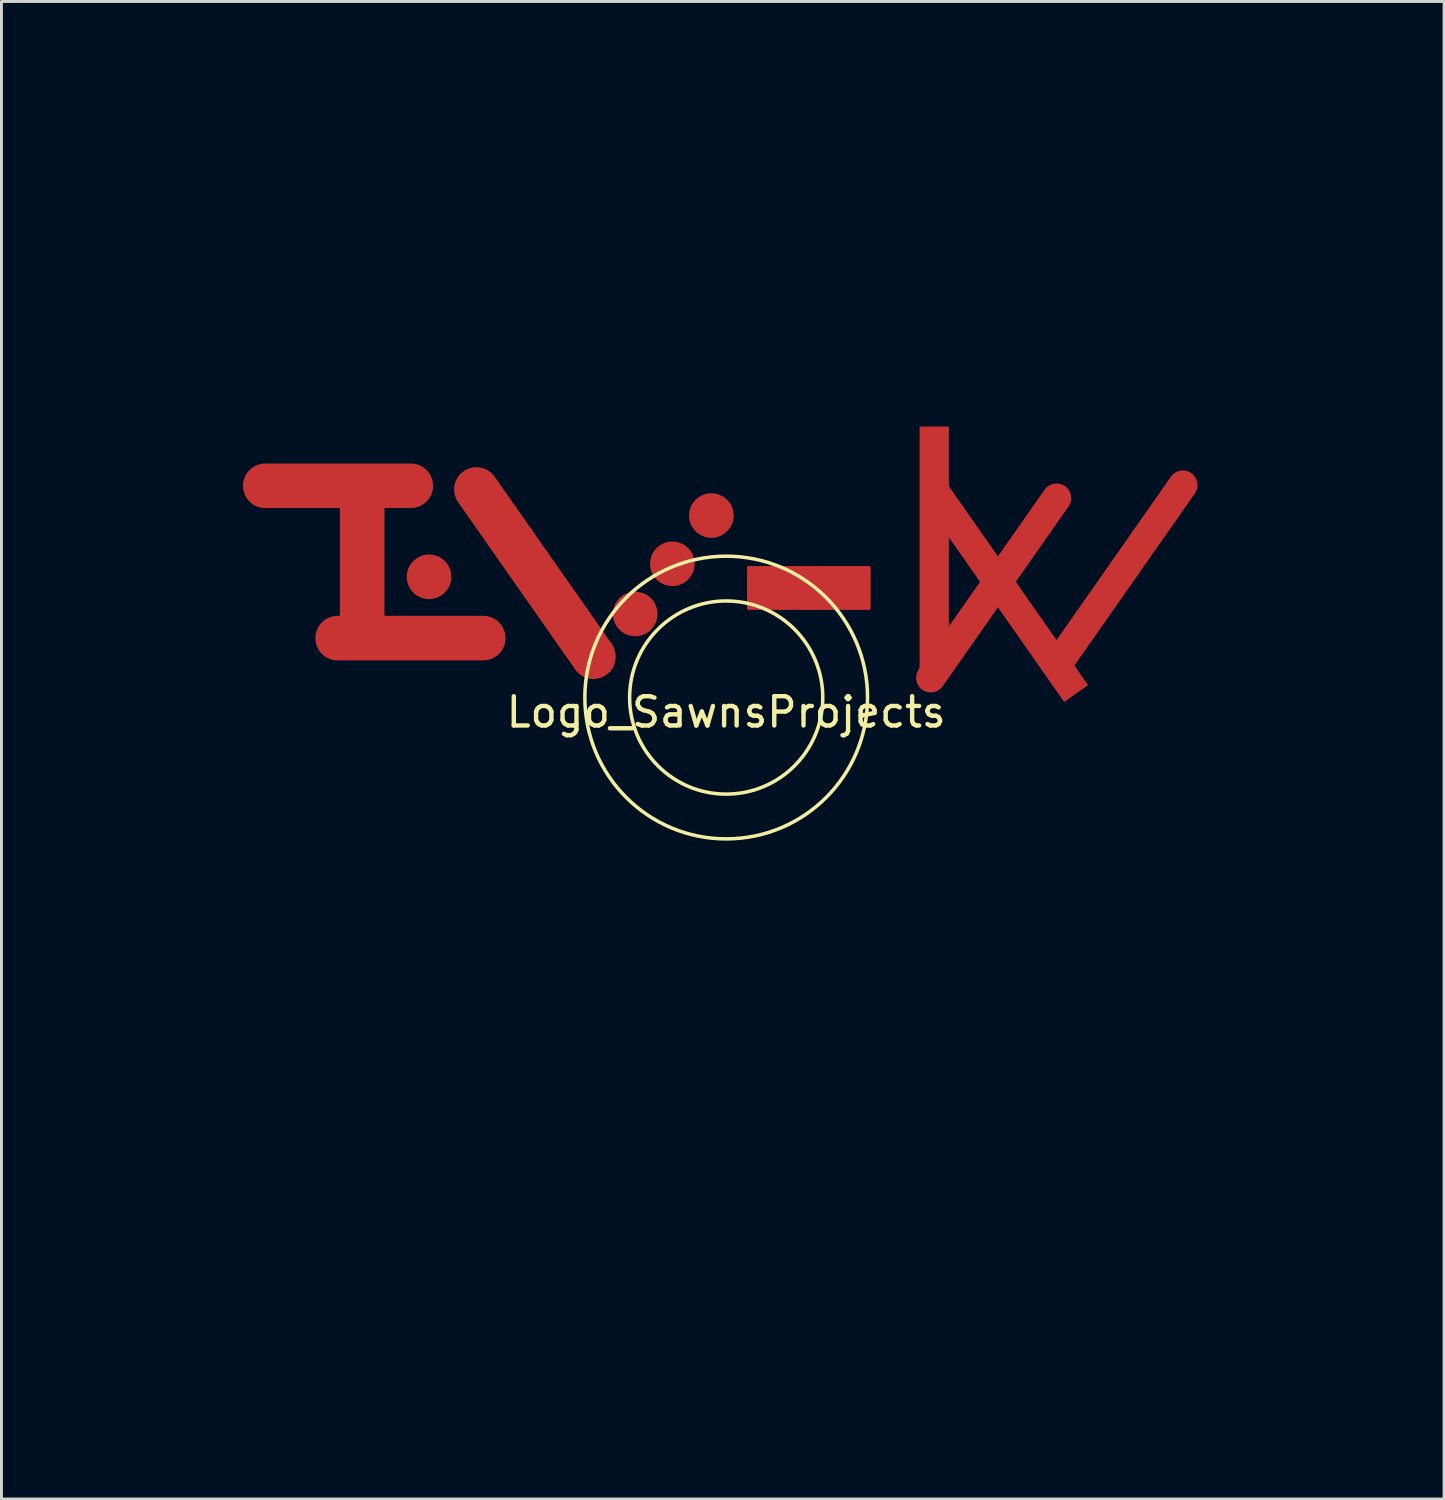
<source format=kicad_pcb>
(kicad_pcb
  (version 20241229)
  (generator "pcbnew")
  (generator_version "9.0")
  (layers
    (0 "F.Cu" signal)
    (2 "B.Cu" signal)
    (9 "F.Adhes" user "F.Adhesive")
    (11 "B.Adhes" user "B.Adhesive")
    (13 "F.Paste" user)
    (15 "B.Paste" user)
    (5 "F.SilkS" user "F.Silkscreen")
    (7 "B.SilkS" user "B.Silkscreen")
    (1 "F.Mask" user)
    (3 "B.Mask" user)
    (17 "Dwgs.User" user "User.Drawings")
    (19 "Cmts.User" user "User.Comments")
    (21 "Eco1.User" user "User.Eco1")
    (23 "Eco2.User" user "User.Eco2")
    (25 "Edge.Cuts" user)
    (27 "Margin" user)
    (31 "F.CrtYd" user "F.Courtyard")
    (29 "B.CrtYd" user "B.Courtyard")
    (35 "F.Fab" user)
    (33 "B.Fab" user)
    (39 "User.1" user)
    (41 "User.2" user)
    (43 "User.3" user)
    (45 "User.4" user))
  (footprint "Logo_SawnsProjects"
    (layer "F.Cu")
    (at 21.778 20.798)
    (property "Reference" "Logo_SawnsProjects" (at 0 0.5 0) (layer "F.SilkS") (effects (font (size 1 1) (thickness 0.15))))
    (attr through_hole)
    (fp_poly (pts (xy 4.889 -3.048) (xy 0.762 -3.048) (xy 0.762 -4.445) (xy 4.889 -4.445)) (stroke (width 0.1) (type solid)) (fill yes) (layer "F.Cu"))
    (fp_circle (center 0 0) (end 3.302 0) (stroke (width 0.12) (type solid)) (fill no) (layer "F.SilkS"))
    (fp_circle (center 0 0) (end 4.826 0.254) (stroke (width 0.12) (type solid)) (fill no) (layer "F.SilkS"))
    (fp_line (start -21.678 -6.208) (end -20.971 -5.501) (stroke (width 0.2) (type solid)) (layer "Eco1.User"))
    (fp_line (start -21.678 -4.794) (end -18.85 -1.966) (stroke (width 0.2) (type solid)) (layer "Eco1.User"))
    (fp_line (start -20.971 -5.501) (end -21.678 -4.794) (stroke (width 0.2) (type solid)) (layer "Eco1.User"))
    (fp_line (start -20.617 -0.198) (end -16.253 4.166) (stroke (width 0.2) (type solid)) (layer "Eco1.User"))
    (fp_line (start -20.574 -6.184) (end -20.574 -6.184) (stroke (width 0.2) (type solid)) (layer "Eco1.User"))
    (fp_line (start -20.22 -6.184) (end -15.06 -11.344) (stroke (width 0.2) (type solid)) (layer "Eco1.User"))
    (fp_line (start -18.85 -1.966) (end -20.617 -0.198) (stroke (width 0.2) (type solid)) (layer "Eco1.User"))
    (fp_line (start -18.357 -4.985) (end -7.737 -15.606) (stroke (width 0.2) (type solid)) (layer "Eco1.User"))
    (fp_line (start -18.357 -4.632) (end -18.357 -4.632) (stroke (width 0.2) (type solid)) (layer "Eco1.User"))
    (fp_line (start -18.253 6.166) (end -0.117 24.302) (stroke (width 0.2) (type solid)) (layer "Eco1.User"))
    (fp_line (start -18.102 -3.038) (end -18.102 -3.038) (stroke (width 0.2) (type solid)) (layer "Eco1.User"))
    (fp_line (start -18.003 -4.632) (end -18.357 -4.632) (stroke (width 0.2) (type solid)) (layer "Eco1.User"))
    (fp_line (start -17.749 -3.038) (end -13.027 -7.759) (stroke (width 0.2) (type solid)) (layer "Eco1.User"))
    (fp_line (start -17.138 -7.458) (end -17.139 -7.458) (stroke (width 0.2) (type solid)) (layer "Eco1.User"))
    (fp_line (start -16.917 -2.398) (end -16.917 2.002) (stroke (width 0.2) (type solid)) (layer "Eco1.User"))
    (fp_line (start -16.917 2.002) (end -10.325 8.595) (stroke (width 0.2) (type solid)) (layer "Eco1.User"))
    (fp_line (start -16.785 -7.458) (end -12.094 -12.149) (stroke (width 0.2) (type solid)) (layer "Eco1.User"))
    (fp_line (start -16.753 6.166) (end -0.117 22.802) (stroke (width 0.2) (type solid)) (layer "Eco1.User"))
    (fp_line (start -16.253 4.166) (end -18.253 6.166) (stroke (width 0.2) (type solid)) (layer "Eco1.User"))
    (fp_line (start -15.503 4.916) (end -16.753 6.166) (stroke (width 0.2) (type solid)) (layer "Eco1.User"))
    (fp_line (start -15.414 -11.698) (end -20.574 -6.537) (stroke (width 0.2) (type solid)) (layer "Eco1.User"))
    (fp_line (start -15.06 -11.698) (end -15.06 -11.698) (stroke (width 0.2) (type solid)) (layer "Eco1.User"))
    (fp_line (start -14.117 -0.198) (end -7.825 -6.491) (stroke (width 0.2) (type solid)) (layer "Eco1.User"))
    (fp_line (start -13.931 -12.322) (end -13.931 -12.322) (stroke (width 0.2) (type solid)) (layer "Eco1.User"))
    (fp_line (start -13.577 -12.322) (end -6.594 -19.306) (stroke (width 0.2) (type solid)) (layer "Eco1.User"))
    (fp_line (start -13.381 -8.113) (end -18.102 -3.391) (stroke (width 0.2) (type solid)) (layer "Eco1.User"))
    (fp_line (start -13.027 -8.113) (end -13.027 -8.113) (stroke (width 0.2) (type solid)) (layer "Eco1.User"))
    (fp_line (start -12.743 -8.534) (end -12.743 -8.534) (stroke (width 0.2) (type solid)) (layer "Eco1.User"))
    (fp_line (start -12.447 -12.503) (end -17.138 -7.812) (stroke (width 0.2) (type solid)) (layer "Eco1.User"))
    (fp_line (start -12.39 -8.534) (end -4.871 -16.053) (stroke (width 0.2) (type solid)) (layer "Eco1.User"))
    (fp_line (start -12.094 -12.503) (end -12.094 -12.503) (stroke (width 0.2) (type solid)) (layer "Eco1.User"))
    (fp_line (start -11.156 -13.768) (end -11.156 -13.768) (stroke (width 0.2) (type solid)) (layer "Eco1.User"))
    (fp_line (start -11.156 -14.121) (end -7.533 -17.744) (stroke (width 0.2) (type solid)) (layer "Eco1.User"))
    (fp_line (start -10.325 -8.991) (end -16.917 -2.398) (stroke (width 0.2) (type solid)) (layer "Eco1.User"))
    (fp_line (start -10.325 8.595) (end -7.825 6.095) (stroke (width 0.2) (type solid)) (layer "Eco1.User"))
    (fp_line (start -8.91 -10.405) (end -6.41 -7.905) (stroke (width 0.2) (type solid)) (layer "Eco1.User"))
    (fp_line (start -8.91 10.009) (end -6.41 7.509) (stroke (width 0.2) (type solid)) (layer "Eco1.User"))
    (fp_line (start -7.825 -6.491) (end -10.325 -8.991) (stroke (width 0.2) (type solid)) (layer "Eco1.User"))
    (fp_line (start -7.825 6.095) (end -14.117 -0.198) (stroke (width 0.2) (type solid)) (layer "Eco1.User"))
    (fp_line (start -7.383 -15.606) (end -7.383 -15.252) (stroke (width 0.2) (type solid)) (layer "Eco1.User"))
    (fp_line (start -7.188 -20.698) (end -21.678 -6.208) (stroke (width 0.2) (type solid)) (layer "Eco1.User"))
    (fp_line (start -7.179 -17.391) (end -10.802 -13.768) (stroke (width 0.2) (type solid)) (layer "Eco1.User"))
    (fp_line (start -7.179 -17.744) (end -7.18 -17.744) (stroke (width 0.2) (type solid)) (layer "Eco1.User"))
    (fp_line (start -6.947 -19.66) (end -13.931 -12.676) (stroke (width 0.2) (type solid)) (layer "Eco1.User"))
    (fp_line (start -6.594 -19.66) (end -6.594 -19.66) (stroke (width 0.2) (type solid)) (layer "Eco1.User"))
    (fp_line (start -6.41 -7.905) (end -0.117 -14.198) (stroke (width 0.2) (type solid)) (layer "Eco1.User"))
    (fp_line (start -6.41 7.509) (end -0.117 13.802) (stroke (width 0.2) (type solid)) (layer "Eco1.User"))
    (fp_line (start -5.224 -16.407) (end -12.743 -8.888) (stroke (width 0.2) (type solid)) (layer "Eco1.User"))
    (fp_line (start -4.871 -16.407) (end -4.871 -16.407) (stroke (width 0.2) (type solid)) (layer "Eco1.User"))
    (fp_line (start -3.653 -17.162) (end -7.188 -20.698) (stroke (width 0.2) (type solid)) (layer "Eco1.User"))
    (fp_line (start -1.867 -3.635) (end -1.867 -3.635) (stroke (width 0.2) (type solid)) (layer "Eco1.User"))
    (fp_line (start -0.867 -5.448) (end -0.867 -0.948) (stroke (width 0.2) (type solid)) (layer "Eco1.User"))
    (fp_line (start -0.117 -20.698) (end -3.653 -17.162) (stroke (width 0.2) (type solid)) (layer "Eco1.User"))
    (fp_line (start -0.117 -20.698) (end -3.653 -17.162) (stroke (width 0.2) (type solid)) (layer "Eco1.User"))
    (fp_line (start -0.117 -19.198) (end -8.91 -10.405) (stroke (width 0.2) (type solid)) (layer "Eco1.User"))
    (fp_line (start -0.117 -14.198) (end 6.175 -7.905) (stroke (width 0.2) (type solid)) (layer "Eco1.User"))
    (fp_line (start -0.117 -6.198) (end -0.117 -6.198) (stroke (width 0.2) (type solid)) (layer "Eco1.User"))
    (fp_line (start -0.117 -0.198) (end -0.117 -0.198) (stroke (width 0.2) (type solid)) (layer "Eco1.User"))
    (fp_line (start -0.117 13.802) (end 6.175 7.509) (stroke (width 0.2) (type solid)) (layer "Eco1.User"))
    (fp_line (start -0.117 18.802) (end -8.91 10.009) (stroke (width 0.2) (type solid)) (layer "Eco1.User"))
    (fp_line (start -0.117 20.302) (end -15.503 4.916) (stroke (width 0.2) (type solid)) (layer "Eco1.User"))
    (fp_line (start -0.117 22.802) (end 16.518 6.166) (stroke (width 0.2) (type solid)) (layer "Eco1.User"))
    (fp_line (start -0.117 24.302) (end 18.018 6.166) (stroke (width 0.2) (type solid)) (layer "Eco1.User"))
    (fp_line (start 0.633 -0.948) (end 0.633 -5.448) (stroke (width 0.2) (type solid)) (layer "Eco1.User"))
    (fp_line (start 1.633 -3.635) (end 1.633 -3.635) (stroke (width 0.2) (type solid)) (layer "Eco1.User"))
    (fp_line (start 3.418 -17.162) (end -0.117 -20.698) (stroke (width 0.2) (type solid)) (layer "Eco1.User"))
    (fp_line (start 4.636 -16.053) (end 12.155 -8.534) (stroke (width 0.2) (type solid)) (layer "Eco1.User"))
    (fp_line (start 6.175 -7.905) (end 8.675 -10.405) (stroke (width 0.2) (type solid)) (layer "Eco1.User"))
    (fp_line (start 6.175 7.509) (end 8.675 10.009) (stroke (width 0.2) (type solid)) (layer "Eco1.User"))
    (fp_line (start 6.359 -19.306) (end 13.342 -12.322) (stroke (width 0.2) (type solid)) (layer "Eco1.User"))
    (fp_line (start 6.945 -17.744) (end 6.945 -17.744) (stroke (width 0.2) (type solid)) (layer "Eco1.User"))
    (fp_line (start 6.945 -17.391) (end 10.568 -13.768) (stroke (width 0.2) (type solid)) (layer "Eco1.User"))
    (fp_line (start 6.954 -20.698) (end 3.418 -17.162) (stroke (width 0.2) (type solid)) (layer "Eco1.User"))
    (fp_line (start 7.502 -15.606) (end 18.122 -4.985) (stroke (width 0.2) (type solid)) (layer "Eco1.User"))
    (fp_line (start 7.59 -6.491) (end 10.09 -8.991) (stroke (width 0.2) (type solid)) (layer "Eco1.User"))
    (fp_line (start 7.59 6.095) (end 13.883 -0.198) (stroke (width 0.2) (type solid)) (layer "Eco1.User"))
    (fp_line (start 8.675 -10.405) (end -0.117 -19.198) (stroke (width 0.2) (type solid)) (layer "Eco1.User"))
    (fp_line (start 8.675 10.009) (end -0.117 18.802) (stroke (width 0.2) (type solid)) (layer "Eco1.User"))
    (fp_line (start 10.09 -8.991) (end 16.683 -2.398) (stroke (width 0.2) (type solid)) (layer "Eco1.User"))
    (fp_line (start 10.09 8.595) (end 7.59 6.095) (stroke (width 0.2) (type solid)) (layer "Eco1.User"))
    (fp_line (start 10.921 -14.121) (end 7.298 -17.744) (stroke (width 0.2) (type solid)) (layer "Eco1.User"))
    (fp_line (start 10.921 -13.768) (end 10.921 -13.768) (stroke (width 0.2) (type solid)) (layer "Eco1.User"))
    (fp_line (start 12.213 -12.503) (end 16.904 -7.812) (stroke (width 0.2) (type solid)) (layer "Eco1.User"))
    (fp_line (start 12.508 -8.888) (end 4.989 -16.407) (stroke (width 0.2) (type solid)) (layer "Eco1.User"))
    (fp_line (start 13.512 -7.924) (end 18.233 -3.202) (stroke (width 0.2) (type solid)) (layer "Eco1.User"))
    (fp_line (start 13.696 -12.676) (end 6.712 -19.66) (stroke (width 0.2) (type solid)) (layer "Eco1.User"))
    (fp_line (start 13.696 -12.322) (end 13.696 -12.322) (stroke (width 0.2) (type solid)) (layer "Eco1.User"))
    (fp_line (start 13.883 -0.198) (end 7.59 -6.491) (stroke (width 0.2) (type solid)) (layer "Eco1.User"))
    (fp_line (start 15.179 -11.698) (end 20.339 -6.537) (stroke (width 0.2) (type solid)) (layer "Eco1.User"))
    (fp_line (start 15.268 4.916) (end -0.117 20.302) (stroke (width 0.2) (type solid)) (layer "Eco1.User"))
    (fp_line (start 16.018 4.166) (end 20.383 -0.198) (stroke (width 0.2) (type solid)) (layer "Eco1.User"))
    (fp_line (start 16.518 6.166) (end 15.268 4.916) (stroke (width 0.2) (type solid)) (layer "Eco1.User"))
    (fp_line (start 16.55 -7.458) (end 11.859 -12.149) (stroke (width 0.2) (type solid)) (layer "Eco1.User"))
    (fp_line (start 16.683 -2.398) (end 16.683 2.002) (stroke (width 0.2) (type solid)) (layer "Eco1.User"))
    (fp_line (start 16.683 2.002) (end 10.09 8.595) (stroke (width 0.2) (type solid)) (layer "Eco1.User"))
    (fp_line (start 16.904 -7.458) (end 16.904 -7.458) (stroke (width 0.2) (type solid)) (layer "Eco1.User"))
    (fp_line (start 17.768 -4.632) (end 7.148 -15.252) (stroke (width 0.2) (type solid)) (layer "Eco1.User"))
    (fp_line (start 17.88 -2.849) (end 13.158 -7.57) (stroke (width 0.2) (type solid)) (layer "Eco1.User"))
    (fp_line (start 18.018 6.166) (end 16.018 4.166) (stroke (width 0.2) (type solid)) (layer "Eco1.User"))
    (fp_line (start 18.615 -1.966) (end 21.443 -4.794) (stroke (width 0.2) (type solid)) (layer "Eco1.User"))
    (fp_line (start 19.985 -6.184) (end 14.825 -11.344) (stroke (width 0.2) (type solid)) (layer "Eco1.User"))
    (fp_line (start 20.383 -0.198) (end 18.615 -1.966) (stroke (width 0.2) (type solid)) (layer "Eco1.User"))
    (fp_line (start 20.736 -5.501) (end 21.443 -6.208) (stroke (width 0.2) (type solid)) (layer "Eco1.User"))
    (fp_line (start 21.443 -6.208) (end 6.954 -20.698) (stroke (width 0.2) (type solid)) (layer "Eco1.User"))
    (fp_line (start 21.443 -4.794) (end 20.736 -5.501) (stroke (width 0.2) (type solid)) (layer "Eco1.User"))
    (fp_arc (start -20.573881 -6.183914) (mid -20.647104 -6.360691) (end -20.57388 -6.537467) (stroke (width 0.2) (type solid)) (layer "Eco1.User"))
    (fp_arc (start -20.220327 -6.183914) (mid -20.397103 -6.11069) (end -20.57388 -6.183913) (stroke (width 0.2) (type solid)) (layer "Eco1.User"))
    (fp_arc (start -18.356876 -4.631736) (mid -18.356876 -4.631736) (end -18.356876 -4.631736) (stroke (width 0.2) (type solid)) (layer "Eco1.User"))
    (fp_arc (start -18.356875 -4.631736) (mid -18.430099 -4.808512) (end -18.356876 -4.985289) (stroke (width 0.2) (type solid)) (layer "Eco1.User"))
    (fp_arc (start -18.1024 -3.037592) (mid -18.175623 -3.214369) (end -18.1024 -3.391146) (stroke (width 0.2) (type solid)) (layer "Eco1.User"))
    (fp_arc (start -18.003323 -4.631736) (mid -14.892728 -12.141377) (end -7.383087 -15.251972) (stroke (width 0.2) (type solid)) (layer "Eco1.User"))
    (fp_arc (start -17.748846 -3.037592) (mid -17.925623 -2.964369) (end -18.1024 -3.037592) (stroke (width 0.2) (type solid)) (layer "Eco1.User"))
    (fp_arc (start -17.138414 -7.457983) (mid -17.211637 -7.63476) (end -17.138414 -7.811537) (stroke (width 0.2) (type solid)) (layer "Eco1.User"))
    (fp_arc (start -16.784884 -7.45796) (mid -16.961715 -7.384737) (end -17.138514 -7.458036) (stroke (width 0.2) (type solid)) (layer "Eco1.User"))
    (fp_arc (start -15.413837 -11.69751) (mid -15.23706 -11.770733) (end -15.060284 -11.697509) (stroke (width 0.2) (type solid)) (layer "Eco1.User"))
    (fp_arc (start -15.060284 -11.69751) (mid -14.987061 -11.520733) (end -15.060284 -11.343956) (stroke (width 0.2) (type solid)) (layer "Eco1.User"))
    (fp_arc (start -13.93088 -12.322396) (mid -14.004103 -12.499173) (end -13.93088 -12.67595) (stroke (width 0.2) (type solid)) (layer "Eco1.User"))
    (fp_arc (start -13.577351 -12.322372) (mid -13.754181 -12.249149) (end -13.93098 -12.322449) (stroke (width 0.2) (type solid)) (layer "Eco1.User"))
    (fp_arc (start -13.38089 -8.112654) (mid -13.204114 -8.185877) (end -13.027338 -8.112654) (stroke (width 0.2) (type solid)) (layer "Eco1.User"))
    (fp_arc (start -13.027337 -8.112654) (mid -12.954114 -7.935877) (end -13.027338 -7.759101) (stroke (width 0.2) (type solid)) (layer "Eco1.User"))
    (fp_arc (start -12.743159 -8.534259) (mid -12.816383 -8.711035) (end -12.74316 -8.887812) (stroke (width 0.2) (type solid)) (layer "Eco1.User"))
    (fp_arc (start -12.447448 -12.502502) (mid -12.270672 -12.575726) (end -12.093895 -12.502503) (stroke (width 0.2) (type solid)) (layer "Eco1.User"))
    (fp_arc (start -12.389606 -8.534259) (mid -12.566383 -8.461036) (end -12.74316 -8.534259) (stroke (width 0.2) (type solid)) (layer "Eco1.User"))
    (fp_arc (start -12.093894 -12.502502) (mid -12.020671 -12.325725) (end -12.093895 -12.148949) (stroke (width 0.2) (type solid)) (layer "Eco1.User"))
    (fp_arc (start -11.155914 -13.767741) (mid -11.229137 -13.944518) (end -11.155913 -14.121294) (stroke (width 0.2) (type solid)) (layer "Eco1.User"))
    (fp_arc (start -10.802384 -13.767716) (mid -10.979214 -13.694493) (end -11.156013 -13.767793) (stroke (width 0.2) (type solid)) (layer "Eco1.User"))
    (fp_arc (start -7.73664 -15.605524) (mid -7.559864 -15.678748) (end -7.383087 -15.605525) (stroke (width 0.2) (type solid)) (layer "Eco1.User"))
    (fp_arc (start -7.533015 -17.744192) (mid -7.356238 -17.817415) (end -7.179462 -17.744191) (stroke (width 0.2) (type solid)) (layer "Eco1.User"))
    (fp_arc (start -7.179563 -17.744242) (mid -7.106264 -17.567444) (end -7.179487 -17.390614) (stroke (width 0.2) (type solid)) (layer "Eco1.User"))
    (fp_arc (start -6.947091 -19.659739) (mid -6.770314 -19.732962) (end -6.593537 -19.659739) (stroke (width 0.2) (type solid)) (layer "Eco1.User"))
    (fp_arc (start -6.593538 -19.659739) (mid -6.520314 -19.482963) (end -6.593537 -19.306186) (stroke (width 0.2) (type solid)) (layer "Eco1.User"))
    (fp_arc (start -5.224122 -16.406851) (mid -5.047345 -16.480074) (end -4.870568 -16.406851) (stroke (width 0.2) (type solid)) (layer "Eco1.User"))
    (fp_arc (start -4.870568 -16.406851) (mid -4.797345 -16.230074) (end -4.870568 -16.053297) (stroke (width 0.2) (type solid)) (layer "Eco1.User"))
    (fp_arc (start -3.058604 -4.241211) (mid -2.277121 -4.303043) (end -1.867428 -3.634694) (stroke (width 0.2) (type solid)) (layer "Eco1.User"))
    (fp_arc (start -1.867428 -3.634694) (mid -1.949078 -3.294387) (end -2.176251 -3.028177) (stroke (width 0.2) (type solid)) (layer "Eco1.User"))
    (fp_arc (start -0.867428 -5.447763) (mid -0.647758 -5.978093) (end -0.117428 -6.197763) (stroke (width 0.2) (type solid)) (layer "Eco1.User"))
    (fp_arc (start -0.117428 -6.197763) (mid 0.412902 -5.978093) (end 0.632572 -5.447763) (stroke (width 0.2) (type solid)) (layer "Eco1.User"))
    (fp_arc (start -0.117428 -0.197763) (mid -0.647758 -0.417433) (end -0.867428 -0.947763) (stroke (width 0.2) (type solid)) (layer "Eco1.User"))
    (fp_arc (start 0.632572 -0.947763) (mid 0.412902 -0.417433) (end -0.117428 -0.197763) (stroke (width 0.2) (type solid)) (layer "Eco1.User"))
    (fp_arc (start 1.632571 -3.634694) (mid 2.042265 -4.303044) (end 2.823749 -4.241212) (stroke (width 0.2) (type solid)) (layer "Eco1.User"))
    (fp_arc (start 1.941395 -3.028177) (mid -0.117428 3.302236) (end -2.176251 -3.028177) (stroke (width 0.2) (type solid)) (layer "Eco1.User"))
    (fp_arc (start 1.941396 -3.028177) (mid 1.714223 -3.294387) (end 1.632572 -3.634694) (stroke (width 0.2) (type solid)) (layer "Eco1.User"))
    (fp_arc (start 2.823748 -4.241212) (mid -0.117428 4.802237) (end -3.058604 -4.241212) (stroke (width 0.2) (type solid)) (layer "Eco1.User"))
    (fp_arc (start 4.635713 -16.406851) (mid 4.81249 -16.480074) (end 4.989267 -16.406851) (stroke (width 0.2) (type solid)) (layer "Eco1.User"))
    (fp_arc (start 4.635713 -16.053297) (mid 4.56249 -16.230074) (end 4.635713 -16.406851) (stroke (width 0.2) (type solid)) (layer "Eco1.User"))
    (fp_arc (start 6.358682 -19.659739) (mid 6.535459 -19.732962) (end 6.712236 -19.659739) (stroke (width 0.2) (type solid)) (layer "Eco1.User"))
    (fp_arc (start 6.358682 -19.306185) (mid 6.285459 -19.482962) (end 6.358682 -19.659739) (stroke (width 0.2) (type solid)) (layer "Eco1.User"))
    (fp_arc (start 6.944608 -17.744192) (mid 7.121385 -17.817415) (end 7.298161 -17.744191) (stroke (width 0.2) (type solid)) (layer "Eco1.User"))
    (fp_arc (start 6.944631 -17.390613) (mid 6.871408 -17.567444) (end 6.944707 -17.744243) (stroke (width 0.2) (type solid)) (layer "Eco1.User"))
    (fp_arc (start 7.148231 -15.605525) (mid 7.325008 -15.678748) (end 7.501785 -15.605525) (stroke (width 0.2) (type solid)) (layer "Eco1.User"))
    (fp_arc (start 7.148231 -15.251972) (mid 7.075008 -15.428749) (end 7.148232 -15.605525) (stroke (width 0.2) (type solid)) (layer "Eco1.User"))
    (fp_arc (start 10.921058 -14.121293) (mid 10.994281 -13.944517) (end 10.921058 -13.767741) (stroke (width 0.2) (type solid)) (layer "Eco1.User"))
    (fp_arc (start 10.921157 -13.767793) (mid 10.744359 -13.694494) (end 10.567529 -13.767717) (stroke (width 0.2) (type solid)) (layer "Eco1.User"))
    (fp_arc (start 11.859039 -12.502503) (mid 12.035816 -12.575726) (end 12.212593 -12.502503) (stroke (width 0.2) (type solid)) (layer "Eco1.User"))
    (fp_arc (start 11.859039 -12.14895) (mid 11.785816 -12.325727) (end 11.85904 -12.502503) (stroke (width 0.2) (type solid)) (layer "Eco1.User"))
    (fp_arc (start 12.508305 -8.887813) (mid 12.581528 -8.711036) (end 12.508305 -8.534259) (stroke (width 0.2) (type solid)) (layer "Eco1.User"))
    (fp_arc (start 12.508305 -8.534259) (mid 12.331528 -8.461036) (end 12.154751 -8.534259) (stroke (width 0.2) (type solid)) (layer "Eco1.User"))
    (fp_arc (start 13.158223 -7.923776) (mid 13.334999 -7.997) (end 13.511776 -7.923777) (stroke (width 0.2) (type solid)) (layer "Eco1.User"))
    (fp_arc (start 13.158223 -7.570223) (mid 13.085 -7.747) (end 13.158223 -7.923777) (stroke (width 0.2) (type solid)) (layer "Eco1.User"))
    (fp_arc (start 13.696024 -12.67595) (mid 13.769248 -12.499174) (end 13.696025 -12.322397) (stroke (width 0.2) (type solid)) (layer "Eco1.User"))
    (fp_arc (start 13.696124 -12.322448) (mid 13.519325 -12.249149) (end 13.342495 -12.322373) (stroke (width 0.2) (type solid)) (layer "Eco1.User"))
    (fp_arc (start 14.82543 -11.697509) (mid 15.002206 -11.770732) (end 15.178982 -11.697509) (stroke (width 0.2) (type solid)) (layer "Eco1.User"))
    (fp_arc (start 14.82543 -11.343956) (mid 14.752206 -11.520732) (end 14.825429 -11.697509) (stroke (width 0.2) (type solid)) (layer "Eco1.User"))
    (fp_arc (start 16.903559 -7.811537) (mid 16.976782 -7.63476) (end 16.903559 -7.457983) (stroke (width 0.2) (type solid)) (layer "Eco1.User"))
    (fp_arc (start 16.903659 -7.458036) (mid 16.72686 -7.384737) (end 16.550029 -7.45796) (stroke (width 0.2) (type solid)) (layer "Eco1.User"))
    (fp_arc (start 18.122021 -4.98529) (mid 18.195244 -4.808513) (end 18.122021 -4.631736) (stroke (width 0.2) (type solid)) (layer "Eco1.User"))
    (fp_arc (start 18.122021 -4.631736) (mid 17.945244 -4.558513) (end 17.768467 -4.631736) (stroke (width 0.2) (type solid)) (layer "Eco1.User"))
    (fp_arc (start 18.233285 -3.202269) (mid 18.306508 -3.025492) (end 18.233285 -2.848715) (stroke (width 0.2) (type solid)) (layer "Eco1.User"))
    (fp_arc (start 18.233285 -2.848715) (mid 18.056508 -2.775492) (end 17.879731 -2.848715) (stroke (width 0.2) (type solid)) (layer "Eco1.User"))
    (fp_arc (start 20.339026 -6.537466) (mid 20.412249 -6.360689) (end 20.339025 -6.183913) (stroke (width 0.2) (type solid)) (layer "Eco1.User"))
    (fp_arc (start 20.339026 -6.183913) (mid 20.162249 -6.11069) (end 19.985472 -6.183913) (stroke (width 0.2) (type solid)) (layer "Eco1.User"))
    (pad "1" smd circle (at -10.16 -4.128) (size 1.524 1.524) (layers "F.Cu" "F.Mask" "F.Paste"))
    (pad "1" smd circle (at -3.111 -2.857) (size 1.524 1.524) (layers "F.Cu" "F.Mask" "F.Paste"))
    (pad "1" smd circle (at -1.841 -4.572) (size 1.524 1.524) (layers "F.Cu" "F.Mask" "F.Paste"))
    (pad "1" smd circle (at -0.508 -6.223) (size 1.524 1.524) (layers "F.Cu" "F.Mask" "F.Paste"))
    (pad "2" smd trapezoid (at 7.112 -5.016) (size 1 8.5) (layers "F.Cu" "F.Mask" "F.Paste"))
    (pad "3" smd trapezoid (at 9.525 -3.619 35) (size 1 8.5) (layers "F.Cu" "F.Mask" "F.Paste"))
    (pad "3" smd oval (at 13.462 -4.191 325) (size 1 8.5) (layers "F.Cu" "F.Mask" "F.Paste"))
    (pad "4" smd oval (at 9.144 -3.747 325) (size 1 8.5) (layers "F.Cu" "F.Mask" "F.Paste"))
    (pad "5" smd oval (at -13.271 -7.239 270) (size 1.524 6.5) (layers "F.Cu" "F.Mask" "F.Paste"))
    (pad "5" smd oval (at -12.446 -4.636) (size 1.524 6.5) (layers "F.Cu" "F.Mask" "F.Paste"))
    (pad "5" smd oval (at -10.795 -2.032 270) (size 1.524 6.5) (layers "F.Cu" "F.Mask" "F.Paste"))
    (pad "5" smd oval (at -6.54 -4.255 35) (size 1.524 8.5) (layers "F.Cu" "F.Mask" "F.Paste")))
  (gr_rect
    (start -3 -3)
    (end 46.321 48.2)
    (stroke (width 0.1) (type default))
    (fill no)
    (layer "Edge.Cuts")))
</source>
